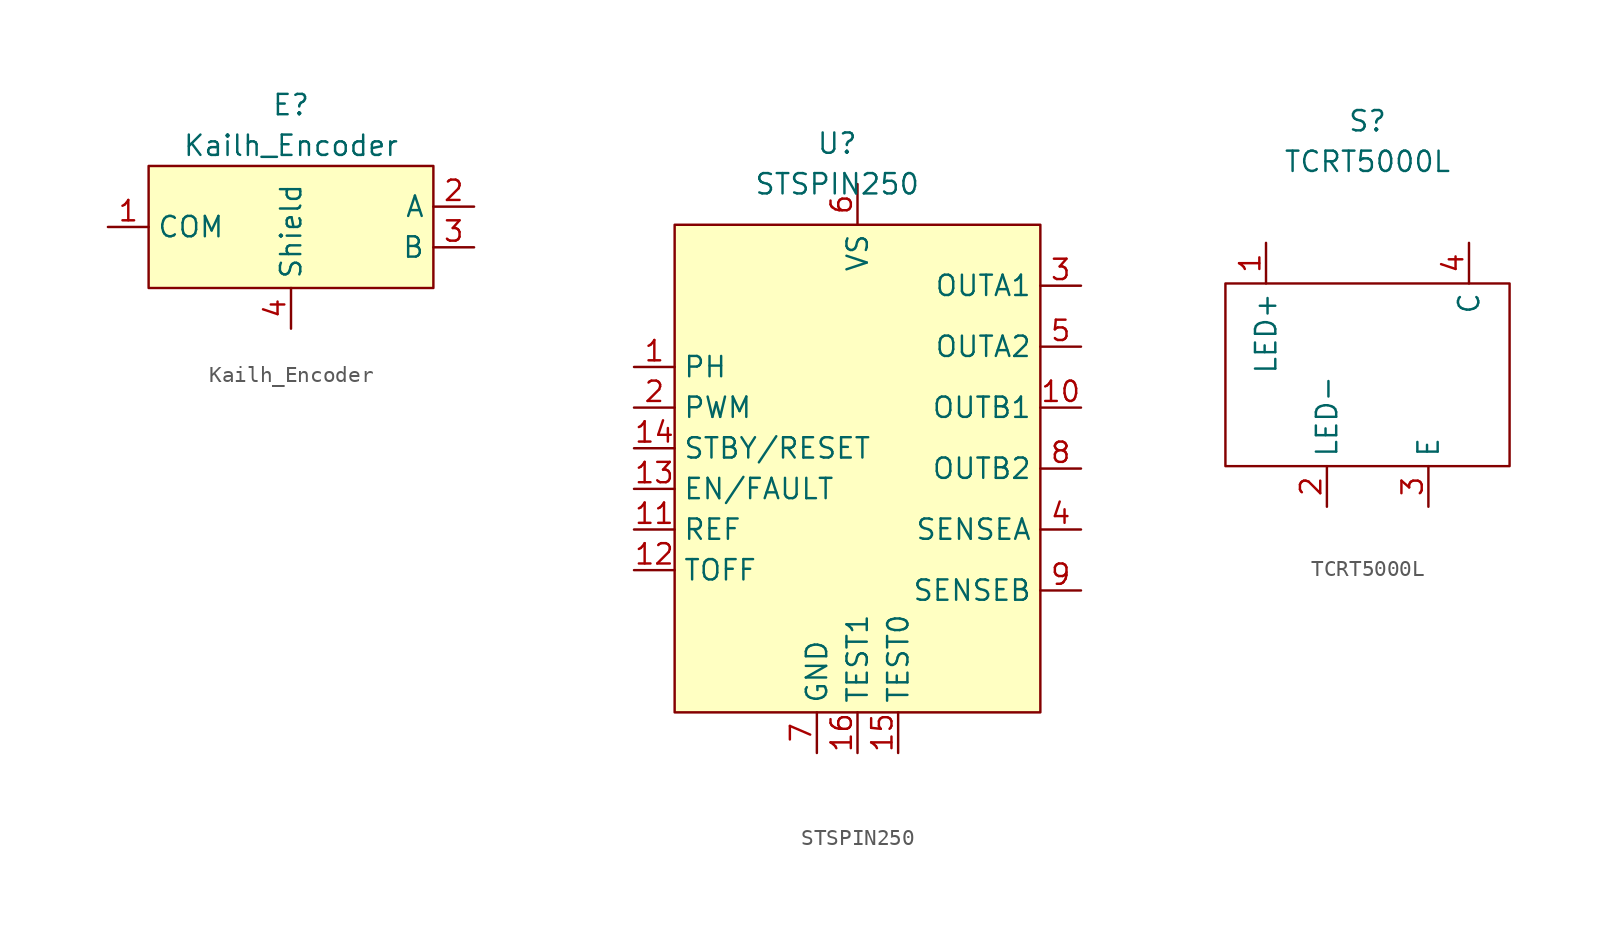
<source format=kicad_sym>
(kicad_symbol_lib
  (version 20211014)
  (generator kicad_symbol_editor)
  (symbol "Kailh_Encoder"
    (property "Reference" "E"
      (at 0 7.62 0)
      (effects (font (size 1.27 1.27))))
    (property "Value" "Kailh_Encoder"
      (at 0 5.08 0)
      (effects (font (size 1.27 1.27))))
    (symbol "Kailh_Encoder_0_1"
      (rectangle (start -8.89 3.81) (end 8.89 -3.81) (stroke (width 0) (type default) (color 0 0 0 0)) (fill (type background))))
    (symbol "Kailh_Encoder_1_1"
      (pin input line (at -11.43 0 0) (length 2.54) (name "COM" (effects (font (size 1.27 1.27)))) (number "1" (effects (font (size 1.27 1.27)))))
      (pin output line (at 11.43 1.27 180) (length 2.54) (name "A" (effects (font (size 1.27 1.27)))) (number "2" (effects (font (size 1.27 1.27)))))
      (pin output line (at 11.43 -1.27 180) (length 2.54) (name "B" (effects (font (size 1.27 1.27)))) (number "3" (effects (font (size 1.27 1.27)))))
      (pin unspecified line (at 0 -6.35 90) (length 2.54) (name "Shield" (effects (font (size 1.27 1.27)))) (number "4" (effects (font (size 1.27 1.27)))))))
  (symbol "STSPIN250"
    (property "Reference" "U"
      (at -1.27 2.54 0)
      (effects (font (size 1.27 1.27))))
    (property "Value" "STSPIN250"
      (at -1.27 0 0)
      (effects (font (size 1.27 1.27))))
    (symbol "STSPIN250_0_1"
      (rectangle (start -11.43 -2.54) (end 11.43 -33.02) (stroke (width 0) (type default) (color 0 0 0 0)) (fill (type background))))
    (symbol "STSPIN250_1_1"
      (pin input line (at -13.97 -11.43 0) (length 2.54) (name "PH" (effects (font (size 1.27 1.27)))) (number "1" (effects (font (size 1.27 1.27)))))
      (pin output line (at 13.97 -13.97 180) (length 2.54) (name "OUTB1" (effects (font (size 1.27 1.27)))) (number "10" (effects (font (size 1.27 1.27)))))
      (pin input line (at -13.97 -21.59 0) (length 2.54) (name "REF" (effects (font (size 1.27 1.27)))) (number "11" (effects (font (size 1.27 1.27)))))
      (pin input line (at -13.97 -24.13 0) (length 2.54) (name "TOFF" (effects (font (size 1.27 1.27)))) (number "12" (effects (font (size 1.27 1.27)))))
      (pin input line (at -13.97 -19.05 0) (length 2.54) (name "EN/FAULT" (effects (font (size 1.27 1.27)))) (number "13" (effects (font (size 1.27 1.27)))))
      (pin input line (at -13.97 -16.51 0) (length 2.54) (name "STBY/RESET" (effects (font (size 1.27 1.27)))) (number "14" (effects (font (size 1.27 1.27)))))
      (pin unspecified line (at 2.54 -35.56 90) (length 2.54) (name "TEST0" (effects (font (size 1.27 1.27)))) (number "15" (effects (font (size 1.27 1.27)))))
      (pin unspecified line (at 0 -35.56 90) (length 2.54) (name "TEST1" (effects (font (size 1.27 1.27)))) (number "16" (effects (font (size 1.27 1.27)))))
      (pin input line (at -13.97 -13.97 0) (length 2.54) (name "PWM" (effects (font (size 1.27 1.27)))) (number "2" (effects (font (size 1.27 1.27)))))
      (pin output line (at 13.97 -6.35 180) (length 2.54) (name "OUTA1" (effects (font (size 1.27 1.27)))) (number "3" (effects (font (size 1.27 1.27)))))
      (pin output line (at 13.97 -21.59 180) (length 2.54) (name "SENSEA" (effects (font (size 1.27 1.27)))) (number "4" (effects (font (size 1.27 1.27)))))
      (pin output line (at 13.97 -10.16 180) (length 2.54) (name "OUTA2" (effects (font (size 1.27 1.27)))) (number "5" (effects (font (size 1.27 1.27)))))
      (pin power_in line (at 0 0 270) (length 2.54) (name "VS" (effects (font (size 1.27 1.27)))) (number "6" (effects (font (size 1.27 1.27)))))
      (pin power_in line (at -2.54 -35.56 90) (length 2.54) (name "GND" (effects (font (size 1.27 1.27)))) (number "7" (effects (font (size 1.27 1.27)))))
      (pin output line (at 13.97 -17.78 180) (length 2.54) (name "OUTB2" (effects (font (size 1.27 1.27)))) (number "8" (effects (font (size 1.27 1.27)))))
      (pin output line (at 13.97 -25.4 180) (length 2.54) (name "SENSEB" (effects (font (size 1.27 1.27)))) (number "9" (effects (font (size 1.27 1.27)))))))
  (symbol "TCRT5000L"
    (property "Reference" "S"
      (at 0 2.54 0)
      (effects (font (size 1.27 1.27))))
    (property "Value" "TCRT5000L"
      (at 0 0 0)
      (effects (font (size 1.27 1.27))))
    (symbol "TCRT5000L_0_1"
      (rectangle (start -8.89 -7.62) (end 8.89 -19.05) (stroke (width 0) (type default) (color 0 0 0 0)) (fill (type none))))
    (symbol "TCRT5000L_1_1"
      (pin input line (at -6.35 -5.08 270) (length 2.54) (name "LED+" (effects (font (size 1.27 1.27)))) (number "1" (effects (font (size 1.27 1.27)))))
      (pin power_in line (at -2.54 -21.59 90) (length 2.54) (name "LED-" (effects (font (size 1.27 1.27)))) (number "2" (effects (font (size 1.27 1.27)))))
      (pin power_in line (at 3.81 -21.59 90) (length 2.54) (name "E" (effects (font (size 1.27 1.27)))) (number "3" (effects (font (size 1.27 1.27)))))
      (pin power_in line (at 6.35 -5.08 270) (length 2.54) (name "C" (effects (font (size 1.27 1.27)))) (number "4" (effects (font (size 1.27 1.27))))))))
</source>
